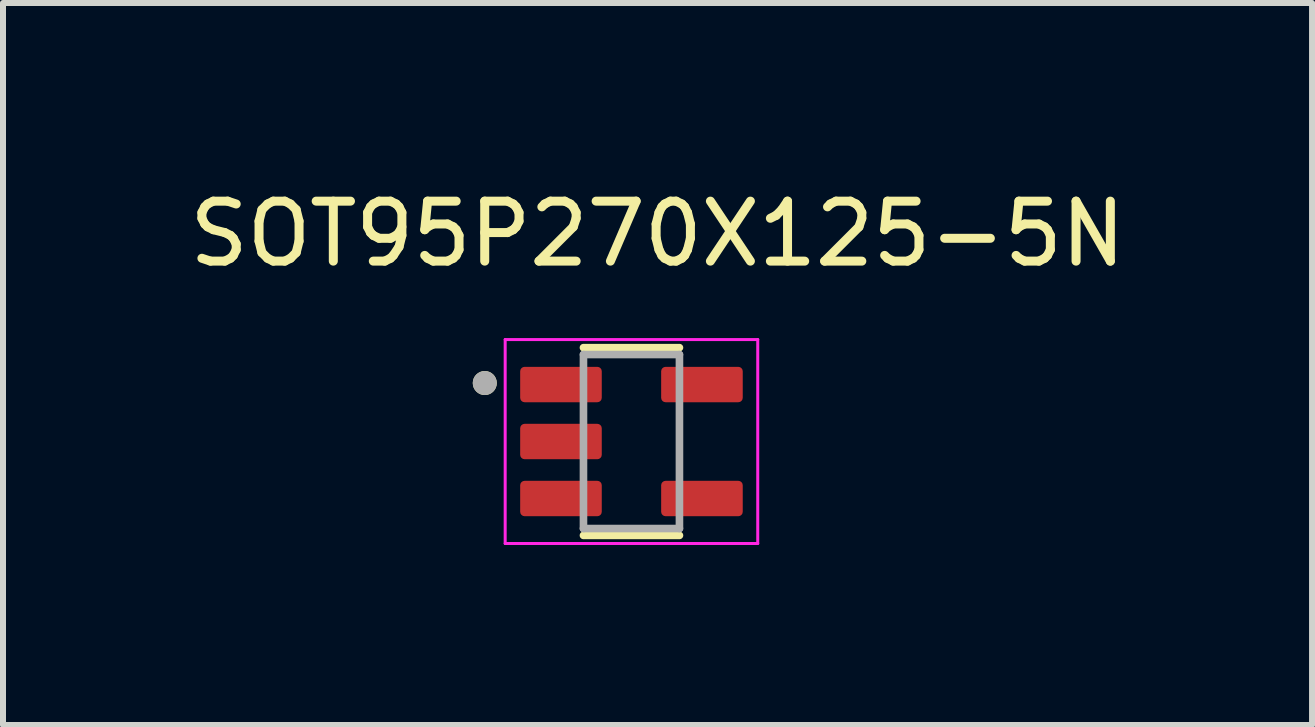
<source format=kicad_pcb>
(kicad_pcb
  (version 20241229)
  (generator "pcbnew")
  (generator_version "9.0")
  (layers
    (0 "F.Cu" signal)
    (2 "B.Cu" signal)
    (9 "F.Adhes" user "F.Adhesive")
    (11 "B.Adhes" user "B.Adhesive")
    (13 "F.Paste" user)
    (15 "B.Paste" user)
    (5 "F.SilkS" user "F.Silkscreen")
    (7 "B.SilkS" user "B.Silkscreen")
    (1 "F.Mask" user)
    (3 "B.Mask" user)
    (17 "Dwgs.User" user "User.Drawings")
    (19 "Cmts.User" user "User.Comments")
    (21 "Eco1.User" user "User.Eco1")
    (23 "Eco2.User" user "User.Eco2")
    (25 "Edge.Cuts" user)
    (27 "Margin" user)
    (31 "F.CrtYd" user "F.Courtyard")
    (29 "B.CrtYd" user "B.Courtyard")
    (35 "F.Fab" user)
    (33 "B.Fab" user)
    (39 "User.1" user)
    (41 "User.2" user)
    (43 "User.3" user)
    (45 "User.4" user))
  (footprint "SOT95P270X125-5N"
    (layer "F.Cu")
    (at 7.476 4.31)
    (property "Reference" "SOT95P270X125-5N" (at 0.435 -3.462 0) (layer "F.SilkS") (effects (font (size 1 1) (thickness 0.15))))
    (attr smd)
    (fp_line (start -0.8 -1.565) (end 0.8 -1.565) (stroke (width 0.127) (type solid)) (layer "F.SilkS"))
    (fp_line (start 0.8 1.565) (end -0.8 1.565) (stroke (width 0.127) (type solid)) (layer "F.SilkS"))
    (fp_circle (center -2.445 -0.975) (end -2.345 -0.975) (stroke (width 0.2) (type solid)) (fill no) (layer "F.SilkS"))
    (fp_line (start -2.105 -1.7) (end -2.105 1.7) (stroke (width 0.05) (type solid)) (layer "F.CrtYd"))
    (fp_line (start -2.105 1.7) (end 2.105 1.7) (stroke (width 0.05) (type solid)) (layer "F.CrtYd"))
    (fp_line (start 2.105 -1.7) (end -2.105 -1.7) (stroke (width 0.05) (type solid)) (layer "F.CrtYd"))
    (fp_line (start 2.105 1.7) (end 2.105 -1.7) (stroke (width 0.05) (type solid)) (layer "F.CrtYd"))
    (fp_line (start -0.8 -1.45) (end 0.8 -1.45) (stroke (width 0.127) (type solid)) (layer "F.Fab"))
    (fp_line (start -0.8 1.45) (end -0.8 -1.45) (stroke (width 0.127) (type solid)) (layer "F.Fab"))
    (fp_line (start 0.8 -1.45) (end 0.8 1.45) (stroke (width 0.127) (type solid)) (layer "F.Fab"))
    (fp_line (start 0.8 1.45) (end -0.8 1.45) (stroke (width 0.127) (type solid)) (layer "F.Fab"))
    (fp_circle (center -2.445 -0.975) (end -2.345 -0.975) (stroke (width 0.2) (type solid)) (fill no) (layer "F.Fab"))
    (pad "1" smd roundrect (at -1.175 -0.95) (size 1.36 0.59) (layers "F.Cu" "F.Mask" "F.Paste") (roundrect_rratio 0.125))
    (pad "2" smd roundrect (at -1.175 0) (size 1.36 0.59) (layers "F.Cu" "F.Mask" "F.Paste") (roundrect_rratio 0.125))
    (pad "3" smd roundrect (at -1.175 0.95) (size 1.36 0.59) (layers "F.Cu" "F.Mask" "F.Paste") (roundrect_rratio 0.125))
    (pad "4" smd roundrect (at 1.175 0.95) (size 1.36 0.59) (layers "F.Cu" "F.Mask" "F.Paste") (roundrect_rratio 0.125))
    (pad "5" smd roundrect (at 1.175 -0.95) (size 1.36 0.59) (layers "F.Cu" "F.Mask" "F.Paste") (roundrect_rratio 0.125)))
  (gr_rect
    (start -3 -3)
    (end 18.821 9.035)
    (stroke (width 0.1) (type default))
    (fill no)
    (layer "Edge.Cuts")))
</source>
